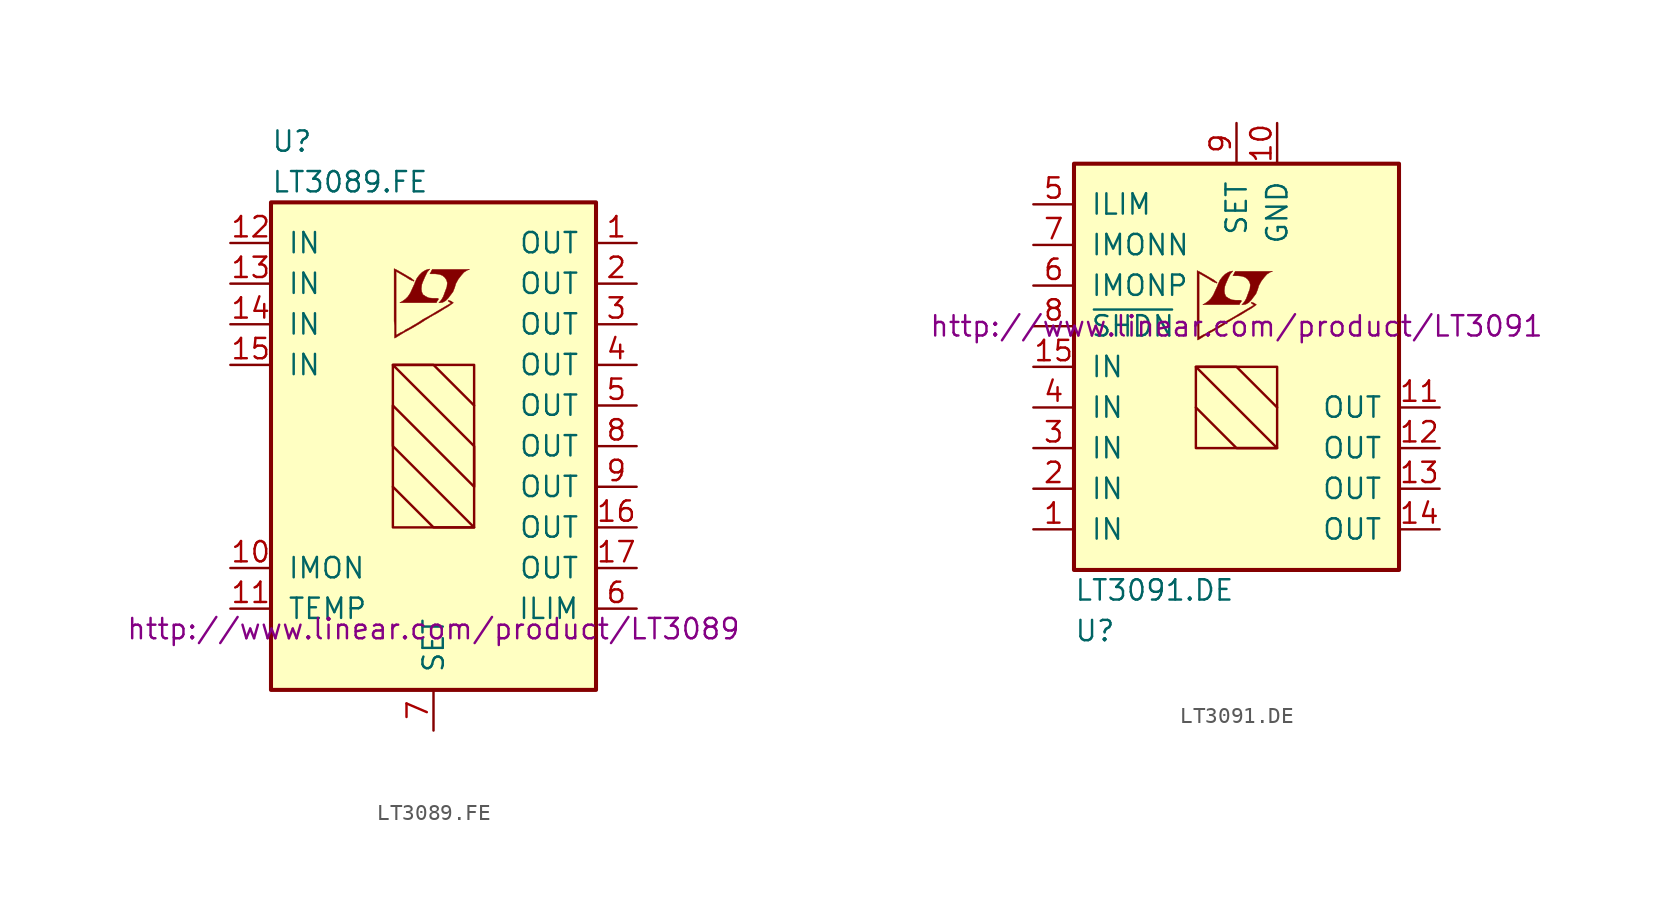
<source format=kicad_sym>
(kicad_symbol_lib
  (version 20201005)
  (generator kicad_symbol_editor)
  (symbol "LT3089.FE"
    (pin_names
      (offset 1.016))
    (property "Reference" "U"
      (at -10.16 19.05 0)
      (effects (font (size 1.27 1.27)) (justify left)))
    (property "Value" "LT3089.FE"
      (at -10.16 16.51 0)
      (effects (font (size 1.27 1.27)) (justify left)))
    (property "Datasheet" "http://www.linear.com/product/LT3089"
      (at 0 -11.43 0)
      (effects (font (size 1.27 1.27))))
    (symbol "LT3089.FE_0_0"
      (polyline (pts (xy 0.584 8.992) (xy 0.762 9.093) (xy 0.914 9.246) (xy 1.219 9.652) (xy 1.321 9.906) (xy 1.397 10.16) (xy 1.549 10.439) (xy 1.727 10.668) (xy 1.905 10.871) (xy 2.108 10.998) (xy 2.261 11.049) (xy -0.076 11.049) (xy -0.152 10.922) (xy -0.152 10.897) (xy -0.203 10.82) (xy -0.229 10.795) (xy -0.178 10.77) (xy 0.102 10.77) (xy 0.356 10.744) (xy 0.559 10.668) (xy 0.711 10.541) (xy 0.813 10.389) (xy 0.864 10.211) (xy 0.838 9.982) (xy 0.838 9.957) (xy 0.61 9.347) (xy 0.508 9.169) (xy 0.406 9.042) (xy 0.33 8.966) (xy 0.432 8.966) (xy 0.584 8.992)) (stroke (width 0.025)) (fill (type outline)))
      (polyline (pts (xy 0.229 9.068) (xy 0.254 9.093) (xy 0.305 9.169) (xy 0.305 9.22) (xy 0.254 9.246) (xy -0.051 9.246) (xy -0.305 9.271) (xy -0.508 9.373) (xy -0.66 9.474) (xy -0.737 9.652) (xy -0.762 9.83) (xy -0.737 10.058) (xy -0.737 10.084) (xy -0.686 10.236) (xy -0.533 10.592) (xy -0.381 10.897) (xy -0.305 10.973) (xy -0.229 11.074) (xy -0.356 11.049) (xy -0.508 10.998) (xy -0.711 10.871) (xy -0.889 10.693) (xy -1.041 10.49) (xy -1.168 10.211) (xy -1.168 10.185) (xy -1.321 9.855) (xy -1.448 9.576) (xy -1.6 9.347) (xy -1.753 9.195) (xy -1.93 9.068) (xy -2.108 8.966) (xy 0.178 8.966) (xy 0.229 9.068)) (stroke (width 0.025)) (fill (type outline)))
      (polyline (pts (xy -2.362 6.782) (xy -2.286 6.833) (xy -2.159 6.909) (xy -2.083 6.96) (xy -1.829 7.112) (xy -1.27 7.417) (xy -0.762 7.722) (xy -0.533 7.874) (xy -0.356 7.976) (xy -0.203 8.077) (xy -0.102 8.128) (xy -0.025 8.179) (xy 0.127 8.255) (xy 0.305 8.357) (xy 0.711 8.611) (xy 0.889 8.712) (xy 1.041 8.814) (xy 1.143 8.89) (xy 1.219 8.941) (xy 1.245 8.966) (xy 1.092 9.068) (xy 0.94 9.119) (xy 0.914 9.093) (xy 0.914 9.068) (xy 0.991 9.017) (xy 1.092 8.941) (xy 0.178 8.407) (xy -0.025 8.28) (xy -0.33 8.103) (xy -0.66 7.925) (xy -0.965 7.722) (xy -1.27 7.544) (xy -1.524 7.391) (xy -1.727 7.29) (xy -1.905 7.163) (xy -2.083 7.087) (xy -2.21 7.01) (xy -2.311 6.96) (xy -2.337 6.934) (xy -2.337 10.922) (xy -1.803 10.617) (xy -1.676 10.541) (xy -1.524 10.439) (xy -1.372 10.363) (xy -1.295 10.338) (xy -1.245 10.312) (xy -1.219 10.312) (xy -1.219 10.363) (xy -1.295 10.414) (xy -1.422 10.516) (xy -1.6 10.617) (xy -1.727 10.693) (xy -2.083 10.897) (xy -2.21 10.973) (xy -2.464 11.1) (xy -2.464 7.823) (xy -2.438 7.518) (xy -2.438 6.756) (xy -2.413 6.756) (xy -2.362 6.782)) (stroke (width 0.025)) (fill (type outline))))
    (symbol "LT3089.FE_0_1"
      (rectangle (start -10.16 15.24) (end 10.16 -15.24) (stroke (width 0.254)) (fill (type background)))
      (rectangle (start -2.54 5.08) (end 2.54 -5.08) (stroke (width 0)) (fill (type none)))
      (polyline (pts (xy -2.54 -2.54) (xy 0 -5.08) (xy 2.54 -5.08) (xy -2.54 0) (xy -2.54 2.54) (xy 2.54 -2.54) (xy 2.54 0) (xy -2.54 5.08) (xy 0 5.08) (xy 2.54 2.54)) (stroke (width 0)) (fill (type none))))
    (symbol "LT3089.FE_1_1"
      (pin power_out line (at 12.7 12.7 180) (length 2.54) (name "OUT" (effects (font (size 1.27 1.27)))) (number "1" (effects (font (size 1.27 1.27)))))
      (pin output line (at -12.7 -7.62 0) (length 2.54) (name "IMON" (effects (font (size 1.27 1.27)))) (number "10" (effects (font (size 1.27 1.27)))))
      (pin output line (at -12.7 -10.16 0) (length 2.54) (name "TEMP" (effects (font (size 1.27 1.27)))) (number "11" (effects (font (size 1.27 1.27)))))
      (pin power_in line (at -12.7 12.7 0) (length 2.54) (name "IN" (effects (font (size 1.27 1.27)))) (number "12" (effects (font (size 1.27 1.27)))))
      (pin power_in line (at -12.7 10.16 0) (length 2.54) (name "IN" (effects (font (size 1.27 1.27)))) (number "13" (effects (font (size 1.27 1.27)))))
      (pin power_in line (at -12.7 7.62 0) (length 2.54) (name "IN" (effects (font (size 1.27 1.27)))) (number "14" (effects (font (size 1.27 1.27)))))
      (pin power_in line (at -12.7 5.08 0) (length 2.54) (name "IN" (effects (font (size 1.27 1.27)))) (number "15" (effects (font (size 1.27 1.27)))))
      (pin power_out line (at 12.7 -5.08 180) (length 2.54) (name "OUT" (effects (font (size 1.27 1.27)))) (number "16" (effects (font (size 1.27 1.27)))))
      (pin power_out line (at 12.7 -7.62 180) (length 2.54) (name "OUT" (effects (font (size 1.27 1.27)))) (number "17" (effects (font (size 1.27 1.27)))))
      (pin power_out line (at 12.7 10.16 180) (length 2.54) (name "OUT" (effects (font (size 1.27 1.27)))) (number "2" (effects (font (size 1.27 1.27)))))
      (pin power_out line (at 12.7 7.62 180) (length 2.54) (name "OUT" (effects (font (size 1.27 1.27)))) (number "3" (effects (font (size 1.27 1.27)))))
      (pin power_out line (at 12.7 5.08 180) (length 2.54) (name "OUT" (effects (font (size 1.27 1.27)))) (number "4" (effects (font (size 1.27 1.27)))))
      (pin power_out line (at 12.7 2.54 180) (length 2.54) (name "OUT" (effects (font (size 1.27 1.27)))) (number "5" (effects (font (size 1.27 1.27)))))
      (pin input line (at 12.7 -10.16 180) (length 2.54) (name "ILIM" (effects (font (size 1.27 1.27)))) (number "6" (effects (font (size 1.27 1.27)))))
      (pin passive line (at 0 -17.78 90) (length 2.54) (name "SET" (effects (font (size 1.27 1.27)))) (number "7" (effects (font (size 1.27 1.27)))))
      (pin power_out line (at 12.7 0 180) (length 2.54) (name "OUT" (effects (font (size 1.27 1.27)))) (number "8" (effects (font (size 1.27 1.27)))))
      (pin power_out line (at 12.7 -2.54 180) (length 2.54) (name "OUT" (effects (font (size 1.27 1.27)))) (number "9" (effects (font (size 1.27 1.27)))))))
  (symbol "LT3091.DE"
    (pin_names
      (offset 1.016))
    (property "Reference" "U"
      (at -10.16 -16.51 0)
      (effects (font (size 1.27 1.27)) (justify left)))
    (property "Value" "LT3091.DE"
      (at -10.16 -13.97 0)
      (effects (font (size 1.27 1.27)) (justify left)))
    (property "Datasheet" "http://www.linear.com/product/LT3091"
      (at 0 2.54 0)
      (effects (font (size 1.27 1.27))))
    (symbol "LT3091.DE_0_0"
      (polyline (pts (xy 0.584 3.912) (xy 0.762 4.013) (xy 0.914 4.166) (xy 1.219 4.572) (xy 1.321 4.826) (xy 1.397 5.08) (xy 1.549 5.359) (xy 1.727 5.588) (xy 1.905 5.791) (xy 2.108 5.918) (xy 2.261 5.969) (xy -0.076 5.969) (xy -0.152 5.842) (xy -0.152 5.817) (xy -0.203 5.74) (xy -0.229 5.715) (xy -0.178 5.69) (xy 0.102 5.69) (xy 0.356 5.664) (xy 0.559 5.588) (xy 0.711 5.461) (xy 0.813 5.309) (xy 0.864 5.131) (xy 0.838 4.902) (xy 0.838 4.877) (xy 0.61 4.267) (xy 0.508 4.089) (xy 0.406 3.962) (xy 0.33 3.886) (xy 0.432 3.886) (xy 0.584 3.912)) (stroke (width 0.025)) (fill (type outline)))
      (polyline (pts (xy 0.229 3.988) (xy 0.254 4.013) (xy 0.305 4.089) (xy 0.305 4.14) (xy 0.254 4.166) (xy -0.051 4.166) (xy -0.305 4.191) (xy -0.508 4.293) (xy -0.66 4.394) (xy -0.737 4.572) (xy -0.762 4.75) (xy -0.737 4.978) (xy -0.737 5.004) (xy -0.686 5.156) (xy -0.533 5.512) (xy -0.381 5.817) (xy -0.305 5.893) (xy -0.229 5.994) (xy -0.356 5.969) (xy -0.508 5.918) (xy -0.711 5.791) (xy -0.889 5.613) (xy -1.041 5.41) (xy -1.168 5.131) (xy -1.168 5.105) (xy -1.321 4.775) (xy -1.448 4.496) (xy -1.6 4.267) (xy -1.753 4.115) (xy -1.93 3.988) (xy -2.108 3.886) (xy 0.178 3.886) (xy 0.229 3.988)) (stroke (width 0.025)) (fill (type outline)))
      (polyline (pts (xy -2.362 1.702) (xy -2.286 1.753) (xy -2.159 1.829) (xy -2.083 1.88) (xy -1.829 2.032) (xy -1.27 2.337) (xy -0.762 2.642) (xy -0.533 2.794) (xy -0.356 2.896) (xy -0.203 2.997) (xy -0.102 3.048) (xy -0.025 3.099) (xy 0.127 3.175) (xy 0.305 3.277) (xy 0.711 3.531) (xy 0.889 3.632) (xy 1.041 3.734) (xy 1.143 3.81) (xy 1.219 3.861) (xy 1.245 3.886) (xy 1.092 3.988) (xy 0.94 4.039) (xy 0.914 4.013) (xy 0.914 3.988) (xy 0.991 3.937) (xy 1.092 3.861) (xy 0.178 3.327) (xy -0.025 3.2) (xy -0.33 3.023) (xy -0.66 2.845) (xy -0.965 2.642) (xy -1.27 2.464) (xy -1.524 2.311) (xy -1.727 2.21) (xy -1.905 2.083) (xy -2.083 2.007) (xy -2.21 1.93) (xy -2.311 1.88) (xy -2.337 1.854) (xy -2.337 5.842) (xy -1.803 5.537) (xy -1.676 5.461) (xy -1.524 5.359) (xy -1.372 5.283) (xy -1.295 5.258) (xy -1.245 5.232) (xy -1.219 5.232) (xy -1.219 5.283) (xy -1.295 5.334) (xy -1.422 5.436) (xy -1.6 5.537) (xy -1.727 5.613) (xy -2.083 5.817) (xy -2.21 5.893) (xy -2.464 6.02) (xy -2.464 2.743) (xy -2.438 2.438) (xy -2.438 1.676) (xy -2.413 1.676) (xy -2.362 1.702)) (stroke (width 0.025)) (fill (type outline))))
    (symbol "LT3091.DE_0_1"
      (rectangle (start -10.16 -12.7) (end 10.16 12.7) (stroke (width 0.254)) (fill (type background)))
      (rectangle (start -2.54 0) (end 2.54 -5.08) (stroke (width 0)) (fill (type none)))
      (polyline (pts (xy -2.54 -2.54) (xy 0 -5.08) (xy 2.54 -5.08) (xy -2.54 0) (xy 0 0) (xy 2.54 -2.54)) (stroke (width 0)) (fill (type none))))
    (symbol "LT3091.DE_1_1"
      (pin power_in line (at -12.7 -10.16 0) (length 2.54) (name "IN" (effects (font (size 1.27 1.27)))) (number "1" (effects (font (size 1.27 1.27)))))
      (pin power_in line (at 2.54 15.24 270) (length 2.54) (name "GND" (effects (font (size 1.27 1.27)))) (number "10" (effects (font (size 1.27 1.27)))))
      (pin power_out line (at 12.7 -2.54 180) (length 2.54) (name "OUT" (effects (font (size 1.27 1.27)))) (number "11" (effects (font (size 1.27 1.27)))))
      (pin power_out line (at 12.7 -5.08 180) (length 2.54) (name "OUT" (effects (font (size 1.27 1.27)))) (number "12" (effects (font (size 1.27 1.27)))))
      (pin power_out line (at 12.7 -7.62 180) (length 2.54) (name "OUT" (effects (font (size 1.27 1.27)))) (number "13" (effects (font (size 1.27 1.27)))))
      (pin power_out line (at 12.7 -10.16 180) (length 2.54) (name "OUT" (effects (font (size 1.27 1.27)))) (number "14" (effects (font (size 1.27 1.27)))))
      (pin power_in line (at -12.7 0 0) (length 2.54) (name "IN" (effects (font (size 1.27 1.27)))) (number "15" (effects (font (size 1.27 1.27)))))
      (pin power_in line (at -12.7 -7.62 0) (length 2.54) (name "IN" (effects (font (size 1.27 1.27)))) (number "2" (effects (font (size 1.27 1.27)))))
      (pin power_in line (at -12.7 -5.08 0) (length 2.54) (name "IN" (effects (font (size 1.27 1.27)))) (number "3" (effects (font (size 1.27 1.27)))))
      (pin power_in line (at -12.7 -2.54 0) (length 2.54) (name "IN" (effects (font (size 1.27 1.27)))) (number "4" (effects (font (size 1.27 1.27)))))
      (pin input line (at -12.7 10.16 0) (length 2.54) (name "ILIM" (effects (font (size 1.27 1.27)))) (number "5" (effects (font (size 1.27 1.27)))))
      (pin passive line (at -12.7 5.08 0) (length 2.54) (name "IMONP" (effects (font (size 1.27 1.27)))) (number "6" (effects (font (size 1.27 1.27)))))
      (pin passive line (at -12.7 7.62 0) (length 2.54) (name "IMONN" (effects (font (size 1.27 1.27)))) (number "7" (effects (font (size 1.27 1.27)))))
      (pin input line (at -12.7 2.54 0) (length 2.54) (name "~SHDN~" (effects (font (size 1.27 1.27)))) (number "8" (effects (font (size 1.27 1.27)))))
      (pin passive line (at 0 15.24 270) (length 2.54) (name "SET" (effects (font (size 1.27 1.27)))) (number "9" (effects (font (size 1.27 1.27))))))))
</source>
